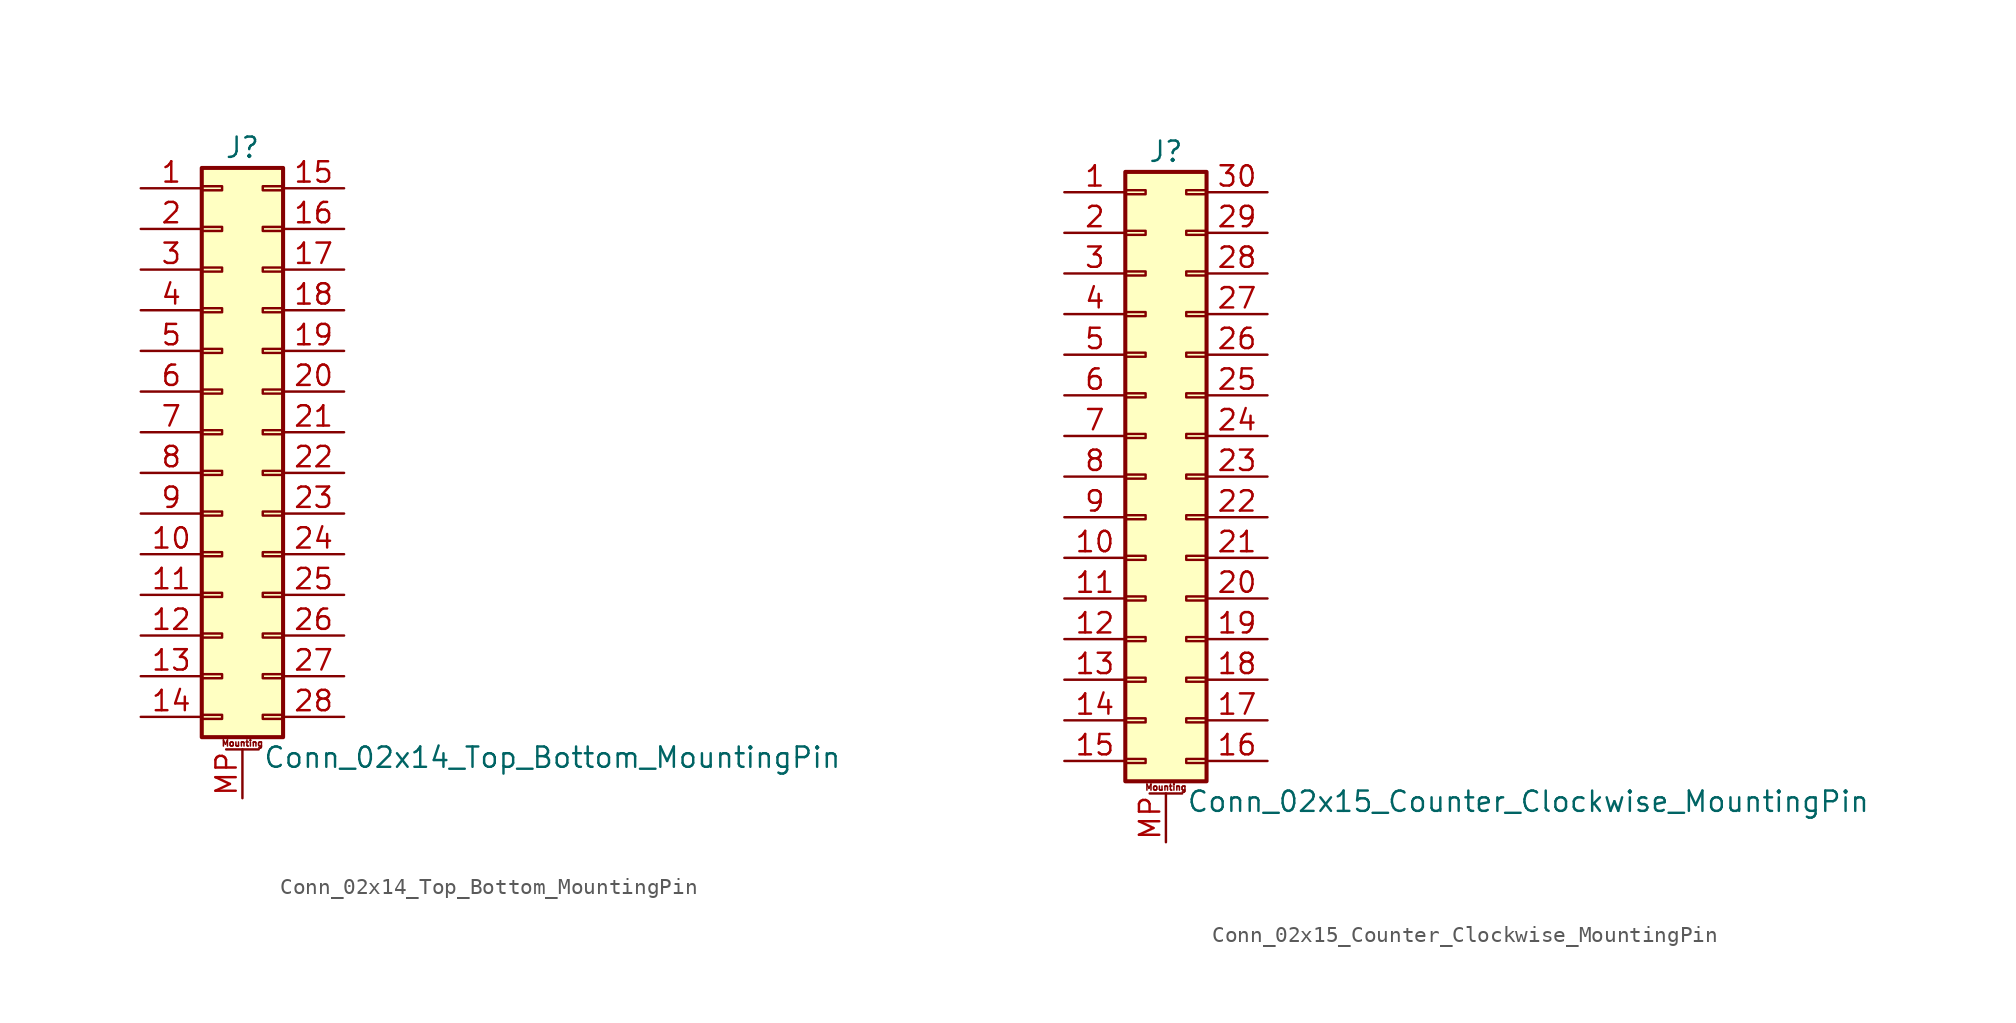
<source format=kicad_sym>
(kicad_symbol_lib
  (version 20201005)
  (generator kicad_symbol_editor)
  (symbol "Conn_02x14_Top_Bottom_MountingPin"
    (pin_names
      (offset 1.016) hide)
    (property "Reference" "J"
      (at 1.27 17.78 0)
      (effects (font (size 1.27 1.27))))
    (property "Value" "Conn_02x14_Top_Bottom_MountingPin"
      (at 2.54 -20.32 0)
      (effects (font (size 1.27 1.27)) (justify left)))
    (symbol "Conn_02x14_Top_Bottom_MountingPin_1_1"
      (text "Mounting" (at 1.27 -19.431 0) (effects (font (size 0.381 0.381))))
      (rectangle (start -1.27 -17.653) (end 0 -17.907) (stroke (width 0.152)) (fill (type none)))
      (rectangle (start -1.27 -15.113) (end 0 -15.367) (stroke (width 0.152)) (fill (type none)))
      (rectangle (start -1.27 -12.573) (end 0 -12.827) (stroke (width 0.152)) (fill (type none)))
      (rectangle (start -1.27 -10.033) (end 0 -10.287) (stroke (width 0.152)) (fill (type none)))
      (rectangle (start -1.27 -7.493) (end 0 -7.747) (stroke (width 0.152)) (fill (type none)))
      (rectangle (start -1.27 -4.953) (end 0 -5.207) (stroke (width 0.152)) (fill (type none)))
      (rectangle (start -1.27 -2.413) (end 0 -2.667) (stroke (width 0.152)) (fill (type none)))
      (rectangle (start -1.27 0.127) (end 0 -0.127) (stroke (width 0.152)) (fill (type none)))
      (rectangle (start -1.27 2.667) (end 0 2.413) (stroke (width 0.152)) (fill (type none)))
      (rectangle (start -1.27 5.207) (end 0 4.953) (stroke (width 0.152)) (fill (type none)))
      (rectangle (start -1.27 7.747) (end 0 7.493) (stroke (width 0.152)) (fill (type none)))
      (rectangle (start -1.27 10.287) (end 0 10.033) (stroke (width 0.152)) (fill (type none)))
      (rectangle (start -1.27 12.827) (end 0 12.573) (stroke (width 0.152)) (fill (type none)))
      (rectangle (start -1.27 15.367) (end 0 15.113) (stroke (width 0.152)) (fill (type none)))
      (rectangle (start 3.81 -17.653) (end 2.54 -17.907) (stroke (width 0.152)) (fill (type none)))
      (rectangle (start 3.81 -15.113) (end 2.54 -15.367) (stroke (width 0.152)) (fill (type none)))
      (rectangle (start 3.81 -12.573) (end 2.54 -12.827) (stroke (width 0.152)) (fill (type none)))
      (rectangle (start 3.81 -10.033) (end 2.54 -10.287) (stroke (width 0.152)) (fill (type none)))
      (rectangle (start 3.81 -7.493) (end 2.54 -7.747) (stroke (width 0.152)) (fill (type none)))
      (rectangle (start 3.81 -4.953) (end 2.54 -5.207) (stroke (width 0.152)) (fill (type none)))
      (rectangle (start 3.81 -2.413) (end 2.54 -2.667) (stroke (width 0.152)) (fill (type none)))
      (rectangle (start 3.81 0.127) (end 2.54 -0.127) (stroke (width 0.152)) (fill (type none)))
      (rectangle (start 3.81 2.667) (end 2.54 2.413) (stroke (width 0.152)) (fill (type none)))
      (rectangle (start 3.81 5.207) (end 2.54 4.953) (stroke (width 0.152)) (fill (type none)))
      (rectangle (start 3.81 7.747) (end 2.54 7.493) (stroke (width 0.152)) (fill (type none)))
      (rectangle (start 3.81 10.287) (end 2.54 10.033) (stroke (width 0.152)) (fill (type none)))
      (rectangle (start 3.81 12.827) (end 2.54 12.573) (stroke (width 0.152)) (fill (type none)))
      (rectangle (start 3.81 15.367) (end 2.54 15.113) (stroke (width 0.152)) (fill (type none)))
      (rectangle (start -1.27 16.51) (end 3.81 -19.05) (stroke (width 0.254)) (fill (type background)))
      (polyline (pts (xy 0.254 -19.812) (xy 2.286 -19.812)) (stroke (width 0.152)) (fill (type none)))
      (pin passive line (at -5.08 15.24 0) (length 3.81) (name "Pin_1" (effects (font (size 1.27 1.27)))) (number "1" (effects (font (size 1.27 1.27)))))
      (pin passive line (at -5.08 -7.62 0) (length 3.81) (name "Pin_10" (effects (font (size 1.27 1.27)))) (number "10" (effects (font (size 1.27 1.27)))))
      (pin passive line (at -5.08 -10.16 0) (length 3.81) (name "Pin_11" (effects (font (size 1.27 1.27)))) (number "11" (effects (font (size 1.27 1.27)))))
      (pin passive line (at -5.08 -12.7 0) (length 3.81) (name "Pin_12" (effects (font (size 1.27 1.27)))) (number "12" (effects (font (size 1.27 1.27)))))
      (pin passive line (at -5.08 -15.24 0) (length 3.81) (name "Pin_13" (effects (font (size 1.27 1.27)))) (number "13" (effects (font (size 1.27 1.27)))))
      (pin passive line (at -5.08 -17.78 0) (length 3.81) (name "Pin_14" (effects (font (size 1.27 1.27)))) (number "14" (effects (font (size 1.27 1.27)))))
      (pin passive line (at 7.62 15.24 180) (length 3.81) (name "Pin_15" (effects (font (size 1.27 1.27)))) (number "15" (effects (font (size 1.27 1.27)))))
      (pin passive line (at 7.62 12.7 180) (length 3.81) (name "Pin_16" (effects (font (size 1.27 1.27)))) (number "16" (effects (font (size 1.27 1.27)))))
      (pin passive line (at 7.62 10.16 180) (length 3.81) (name "Pin_17" (effects (font (size 1.27 1.27)))) (number "17" (effects (font (size 1.27 1.27)))))
      (pin passive line (at 7.62 7.62 180) (length 3.81) (name "Pin_18" (effects (font (size 1.27 1.27)))) (number "18" (effects (font (size 1.27 1.27)))))
      (pin passive line (at 7.62 5.08 180) (length 3.81) (name "Pin_19" (effects (font (size 1.27 1.27)))) (number "19" (effects (font (size 1.27 1.27)))))
      (pin passive line (at -5.08 12.7 0) (length 3.81) (name "Pin_2" (effects (font (size 1.27 1.27)))) (number "2" (effects (font (size 1.27 1.27)))))
      (pin passive line (at 7.62 2.54 180) (length 3.81) (name "Pin_20" (effects (font (size 1.27 1.27)))) (number "20" (effects (font (size 1.27 1.27)))))
      (pin passive line (at 7.62 0 180) (length 3.81) (name "Pin_21" (effects (font (size 1.27 1.27)))) (number "21" (effects (font (size 1.27 1.27)))))
      (pin passive line (at 7.62 -2.54 180) (length 3.81) (name "Pin_22" (effects (font (size 1.27 1.27)))) (number "22" (effects (font (size 1.27 1.27)))))
      (pin passive line (at 7.62 -5.08 180) (length 3.81) (name "Pin_23" (effects (font (size 1.27 1.27)))) (number "23" (effects (font (size 1.27 1.27)))))
      (pin passive line (at 7.62 -7.62 180) (length 3.81) (name "Pin_24" (effects (font (size 1.27 1.27)))) (number "24" (effects (font (size 1.27 1.27)))))
      (pin passive line (at 7.62 -10.16 180) (length 3.81) (name "Pin_25" (effects (font (size 1.27 1.27)))) (number "25" (effects (font (size 1.27 1.27)))))
      (pin passive line (at 7.62 -12.7 180) (length 3.81) (name "Pin_26" (effects (font (size 1.27 1.27)))) (number "26" (effects (font (size 1.27 1.27)))))
      (pin passive line (at 7.62 -15.24 180) (length 3.81) (name "Pin_27" (effects (font (size 1.27 1.27)))) (number "27" (effects (font (size 1.27 1.27)))))
      (pin passive line (at 7.62 -17.78 180) (length 3.81) (name "Pin_28" (effects (font (size 1.27 1.27)))) (number "28" (effects (font (size 1.27 1.27)))))
      (pin passive line (at -5.08 10.16 0) (length 3.81) (name "Pin_3" (effects (font (size 1.27 1.27)))) (number "3" (effects (font (size 1.27 1.27)))))
      (pin passive line (at -5.08 7.62 0) (length 3.81) (name "Pin_4" (effects (font (size 1.27 1.27)))) (number "4" (effects (font (size 1.27 1.27)))))
      (pin passive line (at -5.08 5.08 0) (length 3.81) (name "Pin_5" (effects (font (size 1.27 1.27)))) (number "5" (effects (font (size 1.27 1.27)))))
      (pin passive line (at -5.08 2.54 0) (length 3.81) (name "Pin_6" (effects (font (size 1.27 1.27)))) (number "6" (effects (font (size 1.27 1.27)))))
      (pin passive line (at -5.08 0 0) (length 3.81) (name "Pin_7" (effects (font (size 1.27 1.27)))) (number "7" (effects (font (size 1.27 1.27)))))
      (pin passive line (at -5.08 -2.54 0) (length 3.81) (name "Pin_8" (effects (font (size 1.27 1.27)))) (number "8" (effects (font (size 1.27 1.27)))))
      (pin passive line (at -5.08 -5.08 0) (length 3.81) (name "Pin_9" (effects (font (size 1.27 1.27)))) (number "9" (effects (font (size 1.27 1.27)))))
      (pin passive line (at 1.27 -22.86 90) (length 3.048) (name "MountPin" (effects (font (size 1.27 1.27)))) (number "MP" (effects (font (size 1.27 1.27)))))))
  (symbol "Conn_02x15_Counter_Clockwise_MountingPin"
    (pin_names
      (offset 1.016) hide)
    (property "Reference" "J"
      (at 1.27 20.32 0)
      (effects (font (size 1.27 1.27))))
    (property "Value" "Conn_02x15_Counter_Clockwise_MountingPin"
      (at 2.54 -20.32 0)
      (effects (font (size 1.27 1.27)) (justify left)))
    (symbol "Conn_02x15_Counter_Clockwise_MountingPin_1_1"
      (text "Mounting" (at 1.27 -19.431 0) (effects (font (size 0.381 0.381))))
      (rectangle (start -1.27 -17.653) (end 0 -17.907) (stroke (width 0.152)) (fill (type none)))
      (rectangle (start -1.27 -15.113) (end 0 -15.367) (stroke (width 0.152)) (fill (type none)))
      (rectangle (start -1.27 -12.573) (end 0 -12.827) (stroke (width 0.152)) (fill (type none)))
      (rectangle (start -1.27 -10.033) (end 0 -10.287) (stroke (width 0.152)) (fill (type none)))
      (rectangle (start -1.27 -7.493) (end 0 -7.747) (stroke (width 0.152)) (fill (type none)))
      (rectangle (start -1.27 -4.953) (end 0 -5.207) (stroke (width 0.152)) (fill (type none)))
      (rectangle (start -1.27 -2.413) (end 0 -2.667) (stroke (width 0.152)) (fill (type none)))
      (rectangle (start -1.27 0.127) (end 0 -0.127) (stroke (width 0.152)) (fill (type none)))
      (rectangle (start -1.27 2.667) (end 0 2.413) (stroke (width 0.152)) (fill (type none)))
      (rectangle (start -1.27 5.207) (end 0 4.953) (stroke (width 0.152)) (fill (type none)))
      (rectangle (start -1.27 7.747) (end 0 7.493) (stroke (width 0.152)) (fill (type none)))
      (rectangle (start -1.27 10.287) (end 0 10.033) (stroke (width 0.152)) (fill (type none)))
      (rectangle (start -1.27 12.827) (end 0 12.573) (stroke (width 0.152)) (fill (type none)))
      (rectangle (start -1.27 15.367) (end 0 15.113) (stroke (width 0.152)) (fill (type none)))
      (rectangle (start -1.27 17.907) (end 0 17.653) (stroke (width 0.152)) (fill (type none)))
      (rectangle (start 3.81 -17.653) (end 2.54 -17.907) (stroke (width 0.152)) (fill (type none)))
      (rectangle (start 3.81 -15.113) (end 2.54 -15.367) (stroke (width 0.152)) (fill (type none)))
      (rectangle (start 3.81 -12.573) (end 2.54 -12.827) (stroke (width 0.152)) (fill (type none)))
      (rectangle (start 3.81 -10.033) (end 2.54 -10.287) (stroke (width 0.152)) (fill (type none)))
      (rectangle (start 3.81 -7.493) (end 2.54 -7.747) (stroke (width 0.152)) (fill (type none)))
      (rectangle (start 3.81 -4.953) (end 2.54 -5.207) (stroke (width 0.152)) (fill (type none)))
      (rectangle (start 3.81 -2.413) (end 2.54 -2.667) (stroke (width 0.152)) (fill (type none)))
      (rectangle (start 3.81 0.127) (end 2.54 -0.127) (stroke (width 0.152)) (fill (type none)))
      (rectangle (start 3.81 2.667) (end 2.54 2.413) (stroke (width 0.152)) (fill (type none)))
      (rectangle (start 3.81 5.207) (end 2.54 4.953) (stroke (width 0.152)) (fill (type none)))
      (rectangle (start 3.81 7.747) (end 2.54 7.493) (stroke (width 0.152)) (fill (type none)))
      (rectangle (start 3.81 10.287) (end 2.54 10.033) (stroke (width 0.152)) (fill (type none)))
      (rectangle (start 3.81 12.827) (end 2.54 12.573) (stroke (width 0.152)) (fill (type none)))
      (rectangle (start 3.81 15.367) (end 2.54 15.113) (stroke (width 0.152)) (fill (type none)))
      (rectangle (start 3.81 17.907) (end 2.54 17.653) (stroke (width 0.152)) (fill (type none)))
      (rectangle (start -1.27 19.05) (end 3.81 -19.05) (stroke (width 0.254)) (fill (type background)))
      (polyline (pts (xy 0.254 -19.812) (xy 2.286 -19.812)) (stroke (width 0.152)) (fill (type none)))
      (pin passive line (at -5.08 17.78 0) (length 3.81) (name "Pin_1" (effects (font (size 1.27 1.27)))) (number "1" (effects (font (size 1.27 1.27)))))
      (pin passive line (at -5.08 -5.08 0) (length 3.81) (name "Pin_10" (effects (font (size 1.27 1.27)))) (number "10" (effects (font (size 1.27 1.27)))))
      (pin passive line (at -5.08 -7.62 0) (length 3.81) (name "Pin_11" (effects (font (size 1.27 1.27)))) (number "11" (effects (font (size 1.27 1.27)))))
      (pin passive line (at -5.08 -10.16 0) (length 3.81) (name "Pin_12" (effects (font (size 1.27 1.27)))) (number "12" (effects (font (size 1.27 1.27)))))
      (pin passive line (at -5.08 -12.7 0) (length 3.81) (name "Pin_13" (effects (font (size 1.27 1.27)))) (number "13" (effects (font (size 1.27 1.27)))))
      (pin passive line (at -5.08 -15.24 0) (length 3.81) (name "Pin_14" (effects (font (size 1.27 1.27)))) (number "14" (effects (font (size 1.27 1.27)))))
      (pin passive line (at -5.08 -17.78 0) (length 3.81) (name "Pin_15" (effects (font (size 1.27 1.27)))) (number "15" (effects (font (size 1.27 1.27)))))
      (pin passive line (at 7.62 -17.78 180) (length 3.81) (name "Pin_16" (effects (font (size 1.27 1.27)))) (number "16" (effects (font (size 1.27 1.27)))))
      (pin passive line (at 7.62 -15.24 180) (length 3.81) (name "Pin_17" (effects (font (size 1.27 1.27)))) (number "17" (effects (font (size 1.27 1.27)))))
      (pin passive line (at 7.62 -12.7 180) (length 3.81) (name "Pin_18" (effects (font (size 1.27 1.27)))) (number "18" (effects (font (size 1.27 1.27)))))
      (pin passive line (at 7.62 -10.16 180) (length 3.81) (name "Pin_19" (effects (font (size 1.27 1.27)))) (number "19" (effects (font (size 1.27 1.27)))))
      (pin passive line (at -5.08 15.24 0) (length 3.81) (name "Pin_2" (effects (font (size 1.27 1.27)))) (number "2" (effects (font (size 1.27 1.27)))))
      (pin passive line (at 7.62 -7.62 180) (length 3.81) (name "Pin_20" (effects (font (size 1.27 1.27)))) (number "20" (effects (font (size 1.27 1.27)))))
      (pin passive line (at 7.62 -5.08 180) (length 3.81) (name "Pin_21" (effects (font (size 1.27 1.27)))) (number "21" (effects (font (size 1.27 1.27)))))
      (pin passive line (at 7.62 -2.54 180) (length 3.81) (name "Pin_22" (effects (font (size 1.27 1.27)))) (number "22" (effects (font (size 1.27 1.27)))))
      (pin passive line (at 7.62 0 180) (length 3.81) (name "Pin_23" (effects (font (size 1.27 1.27)))) (number "23" (effects (font (size 1.27 1.27)))))
      (pin passive line (at 7.62 2.54 180) (length 3.81) (name "Pin_24" (effects (font (size 1.27 1.27)))) (number "24" (effects (font (size 1.27 1.27)))))
      (pin passive line (at 7.62 5.08 180) (length 3.81) (name "Pin_25" (effects (font (size 1.27 1.27)))) (number "25" (effects (font (size 1.27 1.27)))))
      (pin passive line (at 7.62 7.62 180) (length 3.81) (name "Pin_26" (effects (font (size 1.27 1.27)))) (number "26" (effects (font (size 1.27 1.27)))))
      (pin passive line (at 7.62 10.16 180) (length 3.81) (name "Pin_27" (effects (font (size 1.27 1.27)))) (number "27" (effects (font (size 1.27 1.27)))))
      (pin passive line (at 7.62 12.7 180) (length 3.81) (name "Pin_28" (effects (font (size 1.27 1.27)))) (number "28" (effects (font (size 1.27 1.27)))))
      (pin passive line (at 7.62 15.24 180) (length 3.81) (name "Pin_29" (effects (font (size 1.27 1.27)))) (number "29" (effects (font (size 1.27 1.27)))))
      (pin passive line (at -5.08 12.7 0) (length 3.81) (name "Pin_3" (effects (font (size 1.27 1.27)))) (number "3" (effects (font (size 1.27 1.27)))))
      (pin passive line (at 7.62 17.78 180) (length 3.81) (name "Pin_30" (effects (font (size 1.27 1.27)))) (number "30" (effects (font (size 1.27 1.27)))))
      (pin passive line (at -5.08 10.16 0) (length 3.81) (name "Pin_4" (effects (font (size 1.27 1.27)))) (number "4" (effects (font (size 1.27 1.27)))))
      (pin passive line (at -5.08 7.62 0) (length 3.81) (name "Pin_5" (effects (font (size 1.27 1.27)))) (number "5" (effects (font (size 1.27 1.27)))))
      (pin passive line (at -5.08 5.08 0) (length 3.81) (name "Pin_6" (effects (font (size 1.27 1.27)))) (number "6" (effects (font (size 1.27 1.27)))))
      (pin passive line (at -5.08 2.54 0) (length 3.81) (name "Pin_7" (effects (font (size 1.27 1.27)))) (number "7" (effects (font (size 1.27 1.27)))))
      (pin passive line (at -5.08 0 0) (length 3.81) (name "Pin_8" (effects (font (size 1.27 1.27)))) (number "8" (effects (font (size 1.27 1.27)))))
      (pin passive line (at -5.08 -2.54 0) (length 3.81) (name "Pin_9" (effects (font (size 1.27 1.27)))) (number "9" (effects (font (size 1.27 1.27)))))
      (pin passive line (at 1.27 -22.86 90) (length 3.048) (name "MountPin" (effects (font (size 1.27 1.27)))) (number "MP" (effects (font (size 1.27 1.27))))))))
</source>
